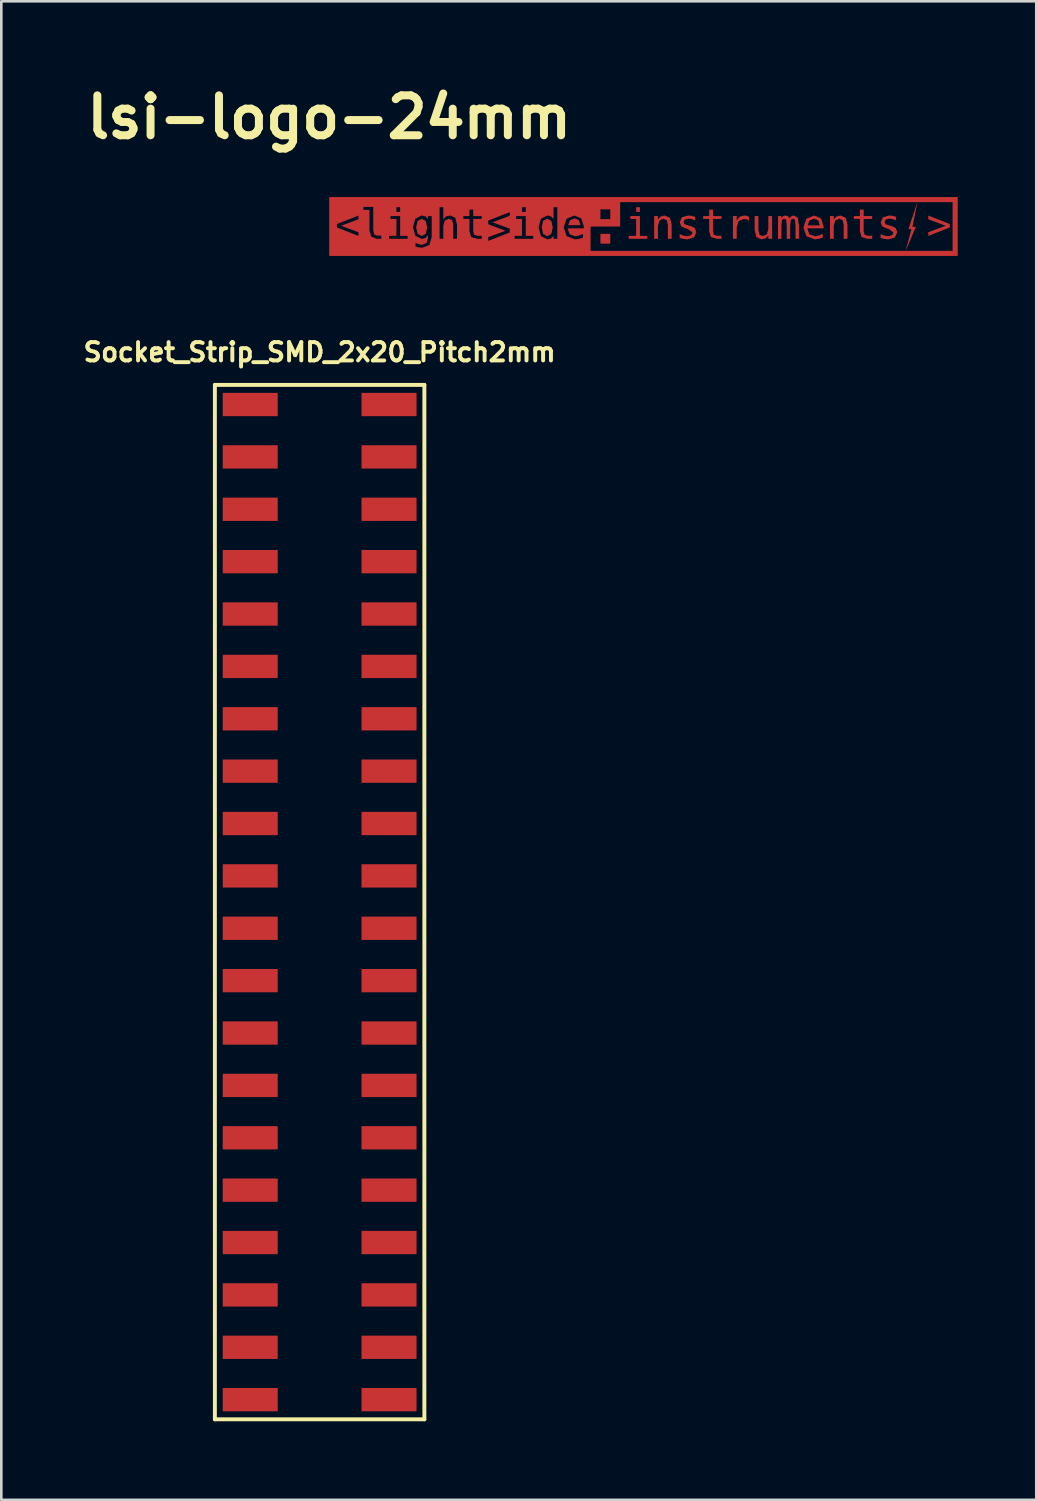
<source format=kicad_pcb>
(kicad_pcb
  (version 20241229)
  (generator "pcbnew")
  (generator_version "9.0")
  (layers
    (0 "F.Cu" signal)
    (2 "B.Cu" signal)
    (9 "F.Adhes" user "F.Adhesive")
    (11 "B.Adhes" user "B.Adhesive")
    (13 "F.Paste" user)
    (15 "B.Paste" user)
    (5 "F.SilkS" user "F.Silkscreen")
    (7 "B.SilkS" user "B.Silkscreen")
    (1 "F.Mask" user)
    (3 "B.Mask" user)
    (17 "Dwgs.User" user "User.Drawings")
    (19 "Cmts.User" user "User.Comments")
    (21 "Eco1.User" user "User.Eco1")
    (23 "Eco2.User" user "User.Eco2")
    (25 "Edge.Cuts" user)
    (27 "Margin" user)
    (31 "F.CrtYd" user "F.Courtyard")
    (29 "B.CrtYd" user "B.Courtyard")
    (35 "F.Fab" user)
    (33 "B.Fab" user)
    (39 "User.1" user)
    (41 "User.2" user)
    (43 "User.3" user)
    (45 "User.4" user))
  (footprint "lsi-logo-24mm"
    (layer "F.Cu")
    (at 9.521 4.474)
    (property "Reference" "lsi-logo-24mm" (at 0 -3.048 0) (layer "F.SilkS") (effects (font (size 1.524 1.524) (thickness 0.305))))
    (attr exclude_from_pos_files exclude_from_bom)
    (fp_poly (pts (xy 10.357 1.406) (xy 10.357 1.781) (xy 10.733 1.781) (xy 10.733 1.406) (xy 10.357 1.406)) (stroke (width 0) (type solid)) (fill yes) (layer "F.Cu"))
    (fp_poly (pts (xy 11.721 0.388) (xy 11.721 0.568) (xy 11.864 0.568) (xy 11.864 0.388) (xy 11.721 0.388)) (stroke (width 0) (type solid)) (fill yes) (layer "F.Cu"))
    (fp_poly (pts (xy 9.372 0.815) (xy 9.202 0.883) (xy 9.122 1.073) (xy 9.594 1.072) (xy 9.534 0.881) (xy 9.372 0.815)) (stroke (width 0) (type solid)) (fill yes) (layer "F.Cu"))
    (fp_poly (pts (xy 22.877 0.708) (xy 22.877 0.849) (xy 23.538 1.097) (xy 22.877 1.343) (xy 22.877 1.484) (xy 23.7 1.16) (xy 23.7 1.032) (xy 22.877 0.708)) (stroke (width 0) (type solid)) (fill yes) (layer "F.Cu"))
    (fp_poly (pts (xy 3.535 0.832) (xy 3.375 0.916) (xy 3.319 1.159) (xy 3.375 1.404) (xy 3.536 1.488) (xy 3.688 1.403) (xy 3.74 1.159) (xy 3.688 0.916) (xy 3.535 0.832)) (stroke (width 0) (type solid)) (fill yes) (layer "F.Cu"))
    (fp_poly (pts (xy 8.324 0.825) (xy 8.168 0.909) (xy 8.115 1.16) (xy 8.168 1.41) (xy 8.324 1.495) (xy 8.482 1.409) (xy 8.536 1.16) (xy 8.482 0.91) (xy 8.324 0.825)) (stroke (width 0) (type solid)) (fill yes) (layer "F.Cu"))
    (fp_poly (pts (xy 11.498 0.726) (xy 11.498 0.836) (xy 11.721 0.836) (xy 11.721 1.483) (xy 11.437 1.483) (xy 11.437 1.594) (xy 12.148 1.594) (xy 12.148 1.483) (xy 11.864 1.483) (xy 11.864 0.726) (xy 11.498 0.726)) (stroke (width 0) (type solid)) (fill yes) (layer "F.Cu"))
    (fp_poly (pts (xy 15.847 0.705) (xy 15.671 0.754) (xy 15.561 0.895) (xy 15.561 0.726) (xy 15.417 0.726) (xy 15.417 1.594) (xy 15.561 1.594) (xy 15.561 1.162) (xy 15.632 0.92) (xy 15.836 0.836) (xy 15.941 0.853) (xy 16.034 0.905) (xy 16.034 0.759) (xy 15.946 0.718) (xy 15.847 0.705)) (stroke (width 0) (type solid)) (fill yes) (layer "F.Cu"))
    (fp_poly (pts (xy 12.811 0.705) (xy 12.656 0.743) (xy 12.553 0.856) (xy 12.553 0.726) (xy 12.409 0.726) (xy 12.409 1.594) (xy 12.553 1.594) (xy 12.553 1.103) (xy 12.606 0.9) (xy 12.761 0.829) (xy 12.89 0.884) (xy 12.932 1.056) (xy 12.932 1.594) (xy 13.076 1.594) (xy 13.076 1.056) (xy 13.009 0.792) (xy 12.811 0.705)) (stroke (width 0) (type solid)) (fill yes) (layer "F.Cu"))
    (fp_poly (pts (xy 16.246 0.727) (xy 16.246 1.265) (xy 16.311 1.529) (xy 16.511 1.616) (xy 16.664 1.577) (xy 16.768 1.463) (xy 16.768 1.594) (xy 16.912 1.594) (xy 16.912 0.727) (xy 16.768 0.727) (xy 16.768 1.218) (xy 16.714 1.422) (xy 16.56 1.492) (xy 16.43 1.437) (xy 16.389 1.265) (xy 16.389 0.727) (xy 16.246 0.727)) (stroke (width 0) (type solid)) (fill yes) (layer "F.Cu"))
    (fp_poly (pts (xy 19.525 0.705) (xy 19.37 0.743) (xy 19.266 0.856) (xy 19.266 0.726) (xy 19.123 0.726) (xy 19.123 1.594) (xy 19.266 1.594) (xy 19.266 1.103) (xy 19.32 0.9) (xy 19.475 0.829) (xy 19.604 0.884) (xy 19.646 1.056) (xy 19.646 1.594) (xy 19.79 1.594) (xy 19.79 1.056) (xy 19.724 0.792) (xy 19.525 0.705)) (stroke (width 0) (type solid)) (fill yes) (layer "F.Cu"))
    (fp_poly (pts (xy 14.511 0.479) (xy 14.511 0.726) (xy 14.278 0.726) (xy 14.278 0.836) (xy 14.511 0.836) (xy 14.511 1.308) (xy 14.577 1.529) (xy 14.804 1.594) (xy 14.979 1.594) (xy 14.979 1.48) (xy 14.818 1.48) (xy 14.69 1.442) (xy 14.654 1.308) (xy 14.654 0.836) (xy 14.979 0.836) (xy 14.979 0.726) (xy 14.654 0.726) (xy 14.654 0.479) (xy 14.511 0.479)) (stroke (width 0) (type solid)) (fill yes) (layer "F.Cu"))
    (fp_poly (pts (xy 20.265 0.479) (xy 20.265 0.726) (xy 20.033 0.726) (xy 20.033 0.836) (xy 20.265 0.836) (xy 20.265 1.308) (xy 20.332 1.529) (xy 20.559 1.594) (xy 20.734 1.594) (xy 20.734 1.48) (xy 20.573 1.48) (xy 20.445 1.442) (xy 20.409 1.308) (xy 20.409 0.836) (xy 20.734 0.836) (xy 20.734 0.726) (xy 20.409 0.726) (xy 20.409 0.479) (xy 20.265 0.479)) (stroke (width 0) (type solid)) (fill yes) (layer "F.Cu"))
    (fp_poly (pts (xy 18.519 0.705) (xy 18.22 0.829) (xy 18.108 1.16) (xy 18.223 1.495) (xy 18.54 1.616) (xy 18.686 1.599) (xy 18.845 1.55) (xy 18.845 1.408) (xy 18.685 1.474) (xy 18.542 1.495) (xy 18.331 1.418) (xy 18.258 1.198) (xy 18.258 1.194) (xy 18.263 1.194) (xy 18.263 1.083) (xy 18.342 0.894) (xy 18.513 0.826) (xy 18.675 0.891) (xy 18.735 1.082) (xy 18.263 1.083) (xy 18.263 1.194) (xy 18.878 1.194) (xy 18.878 1.124) (xy 18.782 0.817) (xy 18.519 0.705)) (stroke (width 0) (type solid)) (fill yes) (layer "F.Cu"))
    (fp_poly (pts (xy 17.42 0.705) (xy 17.332 0.729) (xy 17.268 0.8) (xy 17.268 0.726) (xy 17.138 0.726) (xy 17.138 1.594) (xy 17.268 1.594) (xy 17.268 1.097) (xy 17.29 0.872) (xy 17.369 0.824) (xy 17.449 0.867) (xy 17.471 1.097) (xy 17.471 1.594) (xy 17.602 1.594) (xy 17.602 1.097) (xy 17.625 0.872) (xy 17.71 0.824) (xy 17.785 0.869) (xy 17.806 1.097) (xy 17.806 1.594) (xy 17.937 1.594) (xy 17.937 1.091) (xy 17.893 0.786) (xy 17.745 0.705) (xy 17.646 0.732) (xy 17.58 0.814) (xy 17.518 0.732) (xy 17.42 0.705)) (stroke (width 0) (type solid)) (fill yes) (layer "F.Cu"))
    (fp_poly (pts (xy 13.713 0.705) (xy 13.47 0.773) (xy 13.385 0.965) (xy 13.442 1.121) (xy 13.623 1.201) (xy 13.677 1.212) (xy 13.683 1.214) (xy 13.874 1.351) (xy 13.821 1.459) (xy 13.674 1.497) (xy 13.536 1.477) (xy 13.382 1.415) (xy 13.382 1.562) (xy 13.536 1.602) (xy 13.671 1.616) (xy 13.927 1.544) (xy 14.019 1.343) (xy 13.963 1.185) (xy 13.802 1.105) (xy 13.744 1.094) (xy 13.566 1.038) (xy 13.53 0.951) (xy 13.578 0.856) (xy 13.723 0.824) (xy 13.85 0.842) (xy 13.974 0.895) (xy 13.974 0.756) (xy 13.847 0.718) (xy 13.713 0.705)) (stroke (width 0) (type solid)) (fill yes) (layer "F.Cu"))
    (fp_poly (pts (xy 21.386 0.705) (xy 21.144 0.773) (xy 21.059 0.965) (xy 21.116 1.121) (xy 21.296 1.201) (xy 21.35 1.212) (xy 21.356 1.214) (xy 21.547 1.351) (xy 21.495 1.459) (xy 21.348 1.497) (xy 21.209 1.477) (xy 21.056 1.415) (xy 21.056 1.562) (xy 21.209 1.602) (xy 21.344 1.616) (xy 21.6 1.544) (xy 21.692 1.343) (xy 21.636 1.185) (xy 21.475 1.105) (xy 21.418 1.094) (xy 21.239 1.038) (xy 21.204 0.951) (xy 21.251 0.856) (xy 21.397 0.824) (xy 21.523 0.842) (xy 21.647 0.895) (xy 21.647 0.756) (xy 21.52 0.718) (xy 21.386 0.705)) (stroke (width 0) (type solid)) (fill yes) (layer "F.Cu"))
    (fp_poly (pts (xy 22.459 0.195) (xy 22.446 0.233) (xy 22.394 0.39) (xy 22.326 0.596) (xy 22.234 0.873) (xy 22.194 0.997) (xy 22.121 1.219) (xy 22.119 1.224) (xy 22.177 1.225) (xy 22.234 1.228) (xy 22.151 1.532) (xy 22.06 1.868) (xy 22.028 1.986) (xy 22.009 2.055) (xy 22.011 2.055) (xy 22.029 2.015) (xy 22.074 1.909) (xy 22.123 1.795) (xy 22.171 1.681) (xy 22.239 1.522) (xy 22.307 1.363) (xy 22.355 1.249) (xy 22.391 1.165) (xy 22.403 1.138) (xy 22.337 1.138) (xy 22.271 1.137) (xy 22.275 1.117) (xy 22.293 1.024) (xy 22.322 0.882) (xy 22.349 0.748) (xy 22.39 0.546) (xy 22.431 0.345) (xy 22.453 0.233) (xy 22.46 0.195) (xy 22.459 0.195)) (stroke (width 0) (type solid)) (fill yes) (layer "F.Cu"))
    (fp_poly (pts (xy 0 0) (xy 0 2.25) (xy 1.116 2.25) (xy 1.116 1.484) (xy 0.294 1.16) (xy 0.294 1.032) (xy 1.116 0.708) (xy 1.116 0.849) (xy 0.455 1.097) (xy 1.116 1.343) (xy 1.116 1.484) (xy 1.116 2.25) (xy 1.989 2.25) (xy 1.989 1.594) (xy 1.808 1.594) (xy 1.608 1.512) (xy 1.538 1.279) (xy 1.538 0.491) (xy 1.309 0.491) (xy 1.309 0.379) (xy 1.682 0.379) (xy 1.682 1.279) (xy 1.717 1.424) (xy 1.822 1.473) (xy 1.989 1.473) (xy 1.989 1.594) (xy 1.989 2.25) (xy 2.994 2.25) (xy 2.994 1.594) (xy 2.282 1.594) (xy 2.282 1.483) (xy 2.566 1.483) (xy 2.566 0.836) (xy 2.343 0.836) (xy 2.343 0.726) (xy 2.709 0.726) (xy 2.709 0.568) (xy 2.566 0.568) (xy 2.566 0.388) (xy 2.709 0.388) (xy 2.709 0.568) (xy 2.709 0.726) (xy 2.709 1.483) (xy 2.994 1.483) (xy 2.994 1.594) (xy 2.994 2.25) (xy 3.549 2.25) (xy 3.549 1.935) (xy 3.425 1.924) (xy 3.296 1.892) (xy 3.296 1.751) (xy 3.434 1.804) (xy 3.549 1.821) (xy 3.718 1.758) (xy 3.771 1.559) (xy 3.771 1.553) (xy 3.771 1.456) (xy 3.677 1.564) (xy 3.533 1.6) (xy 3.289 1.478) (xy 3.198 1.153) (xy 3.289 0.826) (xy 3.533 0.705) (xy 3.676 0.738) (xy 3.771 0.841) (xy 3.771 0.729) (xy 3.914 0.729) (xy 3.914 1.538) (xy 3.821 1.834) (xy 3.549 1.935) (xy 3.549 2.25) (xy 4.88 2.25) (xy 4.88 1.594) (xy 4.736 1.594) (xy 4.736 1.056) (xy 4.695 0.884) (xy 4.565 0.829) (xy 4.41 0.9) (xy 4.357 1.103) (xy 4.357 1.594) (xy 4.214 1.594) (xy 4.214 0.388) (xy 4.357 0.388) (xy 4.357 0.856) (xy 4.46 0.743) (xy 4.615 0.705) (xy 4.814 0.792) (xy 4.88 1.056) (xy 4.88 1.594) (xy 4.88 2.25) (xy 5.824 2.25) (xy 5.824 1.594) (xy 5.649 1.594) (xy 5.422 1.529) (xy 5.356 1.308) (xy 5.356 0.836) (xy 5.123 0.836) (xy 5.123 0.726) (xy 5.356 0.726) (xy 5.356 0.479) (xy 5.499 0.479) (xy 5.499 0.726) (xy 5.824 0.726) (xy 5.824 0.836) (xy 5.499 0.836) (xy 5.499 1.308) (xy 5.536 1.442) (xy 5.663 1.48) (xy 5.824 1.48) (xy 5.824 1.594) (xy 5.824 2.25) (xy 6.073 2.25) (xy 6.073 1.675) (xy 6.073 1.533) (xy 6.734 1.288) (xy 6.73 1.286) (xy 6.073 1.04) (xy 6.073 1.027) (xy 6.073 0.899) (xy 6.896 0.575) (xy 6.896 0.716) (xy 6.236 0.963) (xy 6.307 0.991) (xy 6.896 1.209) (xy 6.896 1.223) (xy 6.896 1.351) (xy 6.073 1.675) (xy 6.073 2.25) (xy 7.789 2.25) (xy 7.789 1.594) (xy 7.078 1.594) (xy 7.078 1.483) (xy 7.362 1.483) (xy 7.362 0.836) (xy 7.139 0.836) (xy 7.139 0.726) (xy 7.505 0.726) (xy 7.505 0.568) (xy 7.362 0.568) (xy 7.362 0.388) (xy 7.505 0.388) (xy 7.505 0.568) (xy 7.505 0.726) (xy 7.505 1.483) (xy 7.789 1.483) (xy 7.789 1.594) (xy 7.789 2.25) (xy 8.333 2.25) (xy 8.333 1.616) (xy 8.084 1.494) (xy 7.994 1.157) (xy 8.085 0.826) (xy 8.333 0.705) (xy 8.472 0.739) (xy 8.566 0.836) (xy 8.566 0.388) (xy 8.71 0.388) (xy 8.71 1.594) (xy 8.566 1.594) (xy 8.566 1.484) (xy 8.471 1.583) (xy 8.333 1.616) (xy 8.333 2.25) (xy 9.385 2.25) (xy 9.385 1.616) (xy 9.068 1.495) (xy 8.953 1.16) (xy 9.065 0.829) (xy 9.364 0.705) (xy 9.627 0.817) (xy 9.723 1.124) (xy 9.723 1.194) (xy 9.103 1.194) (xy 9.103 1.198) (xy 9.177 1.418) (xy 9.387 1.495) (xy 9.53 1.474) (xy 9.69 1.408) (xy 9.69 1.55) (xy 9.532 1.599) (xy 9.385 1.616) (xy 9.385 2.25) (xy 22.008 2.25) (xy 22.008 2.062) (xy 22.007 2.061) (xy 22.009 2.055) (xy 9.98 2.055) (xy 9.98 1.125) (xy 10.733 1.125) (xy 10.733 0.844) (xy 10.357 0.844) (xy 10.357 0.469) (xy 10.733 0.469) (xy 10.733 0.844) (xy 10.733 1.125) (xy 11.11 1.125) (xy 11.11 0.195) (xy 22.459 0.195) (xy 22.462 0.188) (xy 22.46 0.195) (xy 23.805 0.195) (xy 23.805 2.055) (xy 22.011 2.055) (xy 22.008 2.062) (xy 22.008 2.25) (xy 24 2.25) (xy 24 0) (xy 0 0)) (stroke (width 0) (type solid)) (fill yes) (layer "F.Cu"))
    (fp_poly (pts (xy 0 0) (xy 0 2.25) (xy 24 2.25) (xy 24 0) (xy 0 0)) (stroke (width 0) (type solid)) (fill yes) (layer "F.Mask")))
  (footprint "Socket_Strip_SMD_2x20_Pitch2mm"
    (layer "F.Cu")
    (at 8.155 12.397)
    (property "Reference" "Socket_Strip_SMD_2x20_Pitch2mm" (at 1 -2 0) (layer "F.SilkS") (effects (font (size 0.7 0.7) (thickness 0.15))))
    (attr smd)
    (fp_line (start -3 -0.75) (end -3 38.75) (stroke (width 0.15) (type solid)) (layer "F.SilkS"))
    (fp_line (start 5 -0.75) (end -3 -0.75) (stroke (width 0.15) (type solid)) (layer "F.SilkS"))
    (fp_line (start 5 38.75) (end -3 38.75) (stroke (width 0.15) (type solid)) (layer "F.SilkS"))
    (fp_line (start 5 38.75) (end 5 -0.75) (stroke (width 0.15) (type solid)) (layer "F.SilkS"))
    (pad "1" smd rect (at -1.65 0 270) (size 0.89 2.1) (layers "F.Cu" "F.Mask" "F.Paste"))
    (pad "2" smd rect (at 3.65 0 270) (size 0.89 2.1) (layers "F.Cu" "F.Mask" "F.Paste"))
    (pad "3" smd rect (at -1.65 2 270) (size 0.89 2.1) (layers "F.Cu" "F.Mask" "F.Paste"))
    (pad "4" smd rect (at 3.65 2 270) (size 0.89 2.1) (layers "F.Cu" "F.Mask" "F.Paste"))
    (pad "5" smd rect (at -1.65 4 270) (size 0.89 2.1) (layers "F.Cu" "F.Mask" "F.Paste"))
    (pad "6" smd rect (at 3.65 4 270) (size 0.89 2.1) (layers "F.Cu" "F.Mask" "F.Paste"))
    (pad "7" smd rect (at -1.65 6 270) (size 0.89 2.1) (layers "F.Cu" "F.Mask" "F.Paste"))
    (pad "8" smd rect (at 3.65 6 270) (size 0.89 2.1) (layers "F.Cu" "F.Mask" "F.Paste"))
    (pad "9" smd rect (at -1.65 8 270) (size 0.89 2.1) (layers "F.Cu" "F.Mask" "F.Paste"))
    (pad "10" smd rect (at 3.65 8 270) (size 0.89 2.1) (layers "F.Cu" "F.Mask" "F.Paste"))
    (pad "11" smd rect (at -1.65 10 270) (size 0.89 2.1) (layers "F.Cu" "F.Mask" "F.Paste"))
    (pad "12" smd rect (at 3.65 10 270) (size 0.89 2.1) (layers "F.Cu" "F.Mask" "F.Paste"))
    (pad "13" smd rect (at -1.65 12 270) (size 0.89 2.1) (layers "F.Cu" "F.Mask" "F.Paste"))
    (pad "14" smd rect (at 3.65 12 270) (size 0.89 2.1) (layers "F.Cu" "F.Mask" "F.Paste"))
    (pad "15" smd rect (at -1.65 14 270) (size 0.89 2.1) (layers "F.Cu" "F.Mask" "F.Paste"))
    (pad "16" smd rect (at 3.65 14 270) (size 0.89 2.1) (layers "F.Cu" "F.Mask" "F.Paste"))
    (pad "17" smd rect (at -1.65 16 270) (size 0.89 2.1) (layers "F.Cu" "F.Mask" "F.Paste"))
    (pad "18" smd rect (at 3.65 16 270) (size 0.89 2.1) (layers "F.Cu" "F.Mask" "F.Paste"))
    (pad "19" smd rect (at -1.65 18 270) (size 0.89 2.1) (layers "F.Cu" "F.Mask" "F.Paste"))
    (pad "20" smd rect (at 3.65 18 270) (size 0.89 2.1) (layers "F.Cu" "F.Mask" "F.Paste"))
    (pad "21" smd rect (at -1.65 20 270) (size 0.89 2.1) (layers "F.Cu" "F.Mask" "F.Paste"))
    (pad "22" smd rect (at 3.65 20 270) (size 0.89 2.1) (layers "F.Cu" "F.Mask" "F.Paste"))
    (pad "23" smd rect (at -1.65 22 270) (size 0.89 2.1) (layers "F.Cu" "F.Mask" "F.Paste"))
    (pad "24" smd rect (at 3.65 22 270) (size 0.89 2.1) (layers "F.Cu" "F.Mask" "F.Paste"))
    (pad "25" smd rect (at -1.65 24 270) (size 0.89 2.1) (layers "F.Cu" "F.Mask" "F.Paste"))
    (pad "26" smd rect (at 3.65 24 270) (size 0.89 2.1) (layers "F.Cu" "F.Mask" "F.Paste"))
    (pad "27" smd rect (at -1.65 26 270) (size 0.89 2.1) (layers "F.Cu" "F.Mask" "F.Paste"))
    (pad "28" smd rect (at 3.65 26 270) (size 0.89 2.1) (layers "F.Cu" "F.Mask" "F.Paste"))
    (pad "29" smd rect (at -1.65 28 270) (size 0.89 2.1) (layers "F.Cu" "F.Mask" "F.Paste"))
    (pad "30" smd rect (at 3.65 28 270) (size 0.89 2.1) (layers "F.Cu" "F.Mask" "F.Paste"))
    (pad "31" smd rect (at -1.65 30 270) (size 0.89 2.1) (layers "F.Cu" "F.Mask" "F.Paste"))
    (pad "32" smd rect (at 3.65 30 270) (size 0.89 2.1) (layers "F.Cu" "F.Mask" "F.Paste"))
    (pad "33" smd rect (at -1.65 32 270) (size 0.89 2.1) (layers "F.Cu" "F.Mask" "F.Paste"))
    (pad "34" smd rect (at 3.65 32 270) (size 0.89 2.1) (layers "F.Cu" "F.Mask" "F.Paste"))
    (pad "35" smd rect (at -1.65 34 270) (size 0.89 2.1) (layers "F.Cu" "F.Mask" "F.Paste"))
    (pad "36" smd rect (at 3.65 34 270) (size 0.89 2.1) (layers "F.Cu" "F.Mask" "F.Paste"))
    (pad "37" smd rect (at -1.65 36 270) (size 0.89 2.1) (layers "F.Cu" "F.Mask" "F.Paste"))
    (pad "38" smd rect (at 3.65 36 270) (size 0.89 2.1) (layers "F.Cu" "F.Mask" "F.Paste"))
    (pad "39" smd rect (at -1.65 38 270) (size 0.89 2.1) (layers "F.Cu" "F.Mask" "F.Paste"))
    (pad "40" smd rect (at 3.65 38 270) (size 0.89 2.1) (layers "F.Cu" "F.Mask" "F.Paste")))
  (gr_rect
    (start -3 -3)
    (end 36.521 54.222)
    (stroke (width 0.1) (type default))
    (fill no)
    (layer "Edge.Cuts")))
</source>
